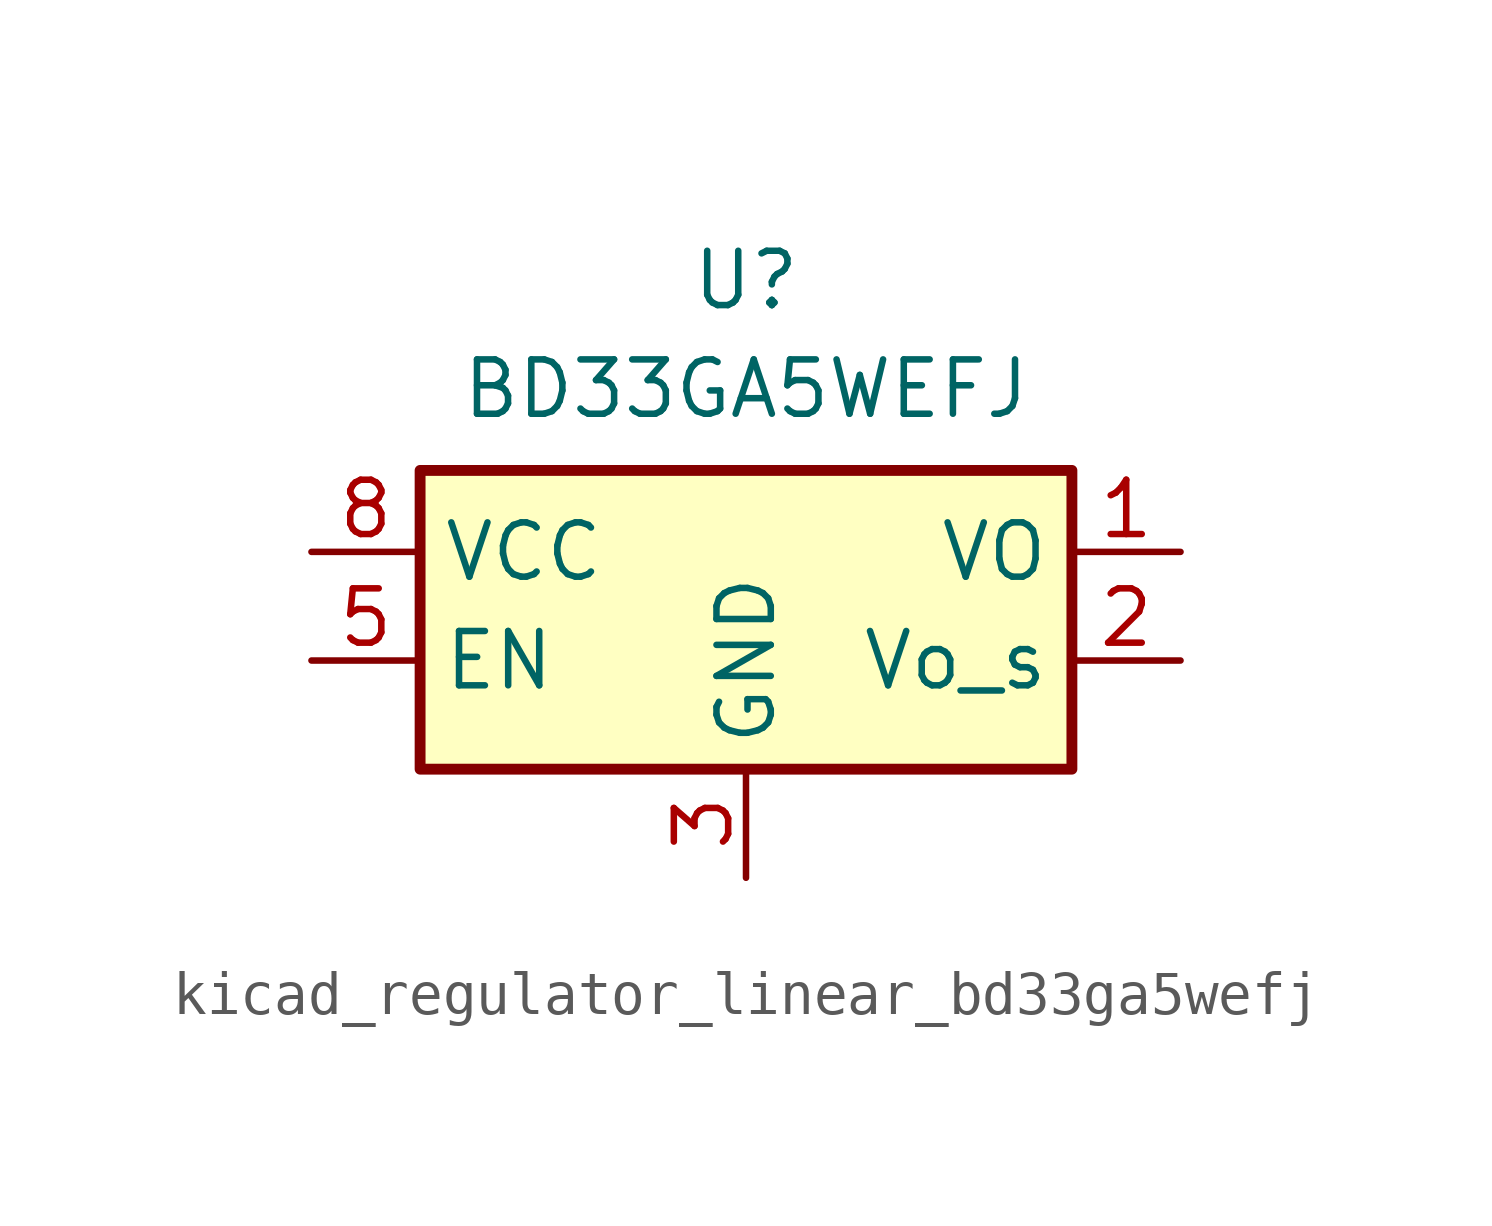
<source format=kicad_sym>
(kicad_symbol_lib
  (version 20220914)
  (generator kicad_symbol_editor)
  (symbol "kicad_regulator_linear_bd33ga5wefj"
    (property "Reference" "U"
      (at 0 6.35 0)
      (effects (font (size 1.27 1.27))))
    (property "Value" "BD33GA5WEFJ"
      (at 0 3.81 0)
      (effects (font (size 1.27 1.27))))
    (symbol "kicad_regulator_linear_bd33ga5wefj_1_1"
      (rectangle (start -7.62 -5.08) (end 7.62 1.905) (stroke (width 0.254) (type default)) (fill (type background)))
      (pin power_out line (at 10.16 0 180) (length 2.54) (name "VO" (effects (font (size 1.27 1.27)))) (number "1" (effects (font (size 1.27 1.27)))))
      (pin input line (at 10.16 -2.54 180) (length 2.54) (name "Vo_s" (effects (font (size 1.27 1.27)))) (number "2" (effects (font (size 1.27 1.27)))))
      (pin power_in line (at 0 -7.62 90) (length 2.54) (name "GND" (effects (font (size 1.27 1.27)))) (number "3" (effects (font (size 1.27 1.27)))))
      (pin passive line (at 0 -7.62 90) (length 2.54) hide (name "GND" (effects (font (size 1.27 1.27)))) (number "4" (effects (font (size 1.27 1.27)))))
      (pin input line (at -10.16 -2.54 0) (length 2.54) (name "EN" (effects (font (size 1.27 1.27)))) (number "5" (effects (font (size 1.27 1.27)))))
      (pin passive line (at 0 -7.62 90) (length 2.54) hide (name "GND" (effects (font (size 1.27 1.27)))) (number "6" (effects (font (size 1.27 1.27)))))
      (pin passive line (at 0 -7.62 90) (length 2.54) hide (name "GND" (effects (font (size 1.27 1.27)))) (number "7" (effects (font (size 1.27 1.27)))))
      (pin power_in line (at -10.16 0 0) (length 2.54) (name "VCC" (effects (font (size 1.27 1.27)))) (number "8" (effects (font (size 1.27 1.27)))))
      (pin passive line (at 0 -7.62 90) (length 2.54) hide (name "GND" (effects (font (size 1.27 1.27)))) (number "9" (effects (font (size 1.27 1.27))))))))
</source>
